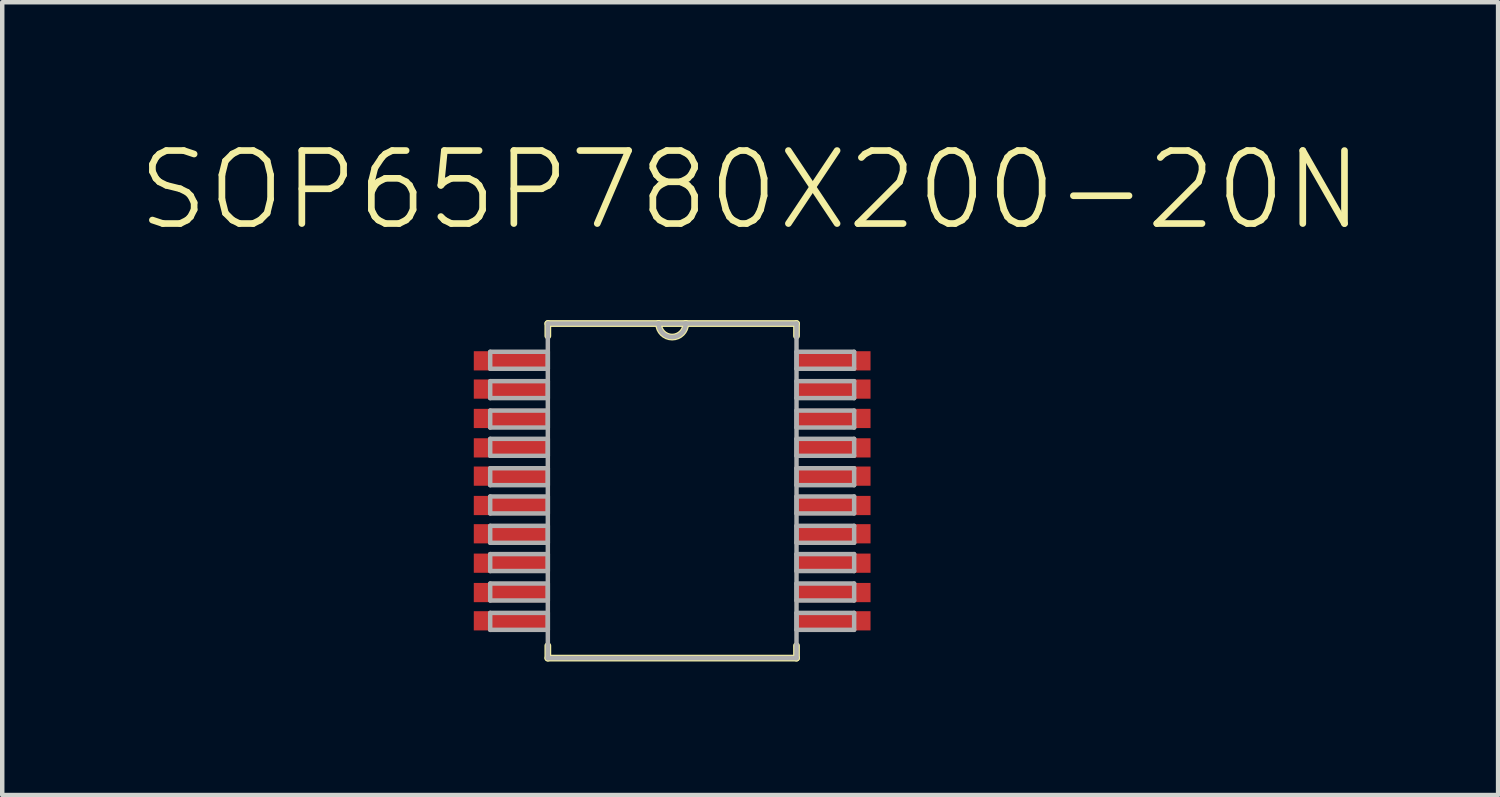
<source format=kicad_pcb>
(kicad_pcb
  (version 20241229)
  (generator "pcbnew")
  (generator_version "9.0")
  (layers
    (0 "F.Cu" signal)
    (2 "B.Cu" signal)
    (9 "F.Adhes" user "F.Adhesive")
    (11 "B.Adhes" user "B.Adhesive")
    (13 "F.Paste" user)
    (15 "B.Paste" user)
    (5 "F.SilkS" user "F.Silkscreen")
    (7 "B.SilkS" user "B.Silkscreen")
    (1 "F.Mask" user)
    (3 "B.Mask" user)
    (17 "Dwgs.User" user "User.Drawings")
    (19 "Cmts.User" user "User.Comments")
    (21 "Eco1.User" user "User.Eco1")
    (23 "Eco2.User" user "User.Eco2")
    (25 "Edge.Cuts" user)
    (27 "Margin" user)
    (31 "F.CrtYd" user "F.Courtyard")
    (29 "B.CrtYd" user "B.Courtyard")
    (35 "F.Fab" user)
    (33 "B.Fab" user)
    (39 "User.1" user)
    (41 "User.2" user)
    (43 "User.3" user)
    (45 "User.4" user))
  (footprint "SOP65P780X200-20N"
    (layer "F.Cu")
    (at 12.054 7.979)
    (property "Reference" "SOP65P780X200-20N" (at 1.753 -6.757 0) (layer "F.SilkS") (effects (font (size 1.64 1.64) (thickness 0.15))))
    (attr through_hole)
    (fp_line (start -2.794 -3.759) (end -2.794 -3.48) (stroke (width 0.152) (type solid)) (layer "F.SilkS"))
    (fp_line (start -2.794 3.48) (end -2.794 3.759) (stroke (width 0.152) (type solid)) (layer "F.SilkS"))
    (fp_line (start -2.794 3.759) (end 2.794 3.759) (stroke (width 0.152) (type solid)) (layer "F.SilkS"))
    (fp_line (start -0.305 -3.759) (end -2.794 -3.759) (stroke (width 0.152) (type solid)) (layer "F.SilkS"))
    (fp_line (start 0.305 -3.759) (end -0.305 -3.759) (stroke (width 0.152) (type solid)) (layer "F.SilkS"))
    (fp_line (start 2.794 -3.759) (end 0.305 -3.759) (stroke (width 0.152) (type solid)) (layer "F.SilkS"))
    (fp_line (start 2.794 -3.48) (end 2.794 -3.759) (stroke (width 0.152) (type solid)) (layer "F.SilkS"))
    (fp_line (start 2.794 3.759) (end 2.794 3.48) (stroke (width 0.152) (type solid)) (layer "F.SilkS"))
    (fp_arc (start 0.3048 -3.7592) (mid 0 -3.4544) (end -0.3048 -3.7592) (stroke (width 0.1524) (type solid)) (layer "F.SilkS"))
    (fp_line (start -4.089 -3.124) (end -4.089 -2.743) (stroke (width 0.1) (type solid)) (layer "F.Fab"))
    (fp_line (start -4.089 -2.743) (end -2.794 -2.743) (stroke (width 0.1) (type solid)) (layer "F.Fab"))
    (fp_line (start -4.089 -2.464) (end -4.089 -2.083) (stroke (width 0.1) (type solid)) (layer "F.Fab"))
    (fp_line (start -4.089 -2.083) (end -2.794 -2.083) (stroke (width 0.1) (type solid)) (layer "F.Fab"))
    (fp_line (start -4.089 -1.803) (end -4.089 -1.422) (stroke (width 0.1) (type solid)) (layer "F.Fab"))
    (fp_line (start -4.089 -1.422) (end -2.794 -1.422) (stroke (width 0.1) (type solid)) (layer "F.Fab"))
    (fp_line (start -4.089 -1.168) (end -4.089 -0.787) (stroke (width 0.1) (type solid)) (layer "F.Fab"))
    (fp_line (start -4.089 -0.787) (end -2.794 -0.787) (stroke (width 0.1) (type solid)) (layer "F.Fab"))
    (fp_line (start -4.089 -0.508) (end -4.089 -0.127) (stroke (width 0.1) (type solid)) (layer "F.Fab"))
    (fp_line (start -4.089 -0.127) (end -2.794 -0.127) (stroke (width 0.1) (type solid)) (layer "F.Fab"))
    (fp_line (start -4.089 0.127) (end -4.089 0.508) (stroke (width 0.1) (type solid)) (layer "F.Fab"))
    (fp_line (start -4.089 0.508) (end -2.794 0.508) (stroke (width 0.1) (type solid)) (layer "F.Fab"))
    (fp_line (start -4.089 0.787) (end -4.089 1.168) (stroke (width 0.1) (type solid)) (layer "F.Fab"))
    (fp_line (start -4.089 1.168) (end -2.794 1.168) (stroke (width 0.1) (type solid)) (layer "F.Fab"))
    (fp_line (start -4.089 1.422) (end -4.089 1.803) (stroke (width 0.1) (type solid)) (layer "F.Fab"))
    (fp_line (start -4.089 1.803) (end -2.794 1.803) (stroke (width 0.1) (type solid)) (layer "F.Fab"))
    (fp_line (start -4.089 2.083) (end -4.089 2.464) (stroke (width 0.1) (type solid)) (layer "F.Fab"))
    (fp_line (start -4.089 2.464) (end -2.794 2.464) (stroke (width 0.1) (type solid)) (layer "F.Fab"))
    (fp_line (start -4.089 2.743) (end -4.089 3.124) (stroke (width 0.1) (type solid)) (layer "F.Fab"))
    (fp_line (start -4.089 3.124) (end -2.794 3.124) (stroke (width 0.1) (type solid)) (layer "F.Fab"))
    (fp_line (start -2.794 -3.759) (end -2.794 3.759) (stroke (width 0.1) (type solid)) (layer "F.Fab"))
    (fp_line (start -2.794 -3.124) (end -4.089 -3.124) (stroke (width 0.1) (type solid)) (layer "F.Fab"))
    (fp_line (start -2.794 -2.743) (end -2.794 -3.124) (stroke (width 0.1) (type solid)) (layer "F.Fab"))
    (fp_line (start -2.794 -2.464) (end -4.089 -2.464) (stroke (width 0.1) (type solid)) (layer "F.Fab"))
    (fp_line (start -2.794 -2.083) (end -2.794 -2.464) (stroke (width 0.1) (type solid)) (layer "F.Fab"))
    (fp_line (start -2.794 -1.803) (end -4.089 -1.803) (stroke (width 0.1) (type solid)) (layer "F.Fab"))
    (fp_line (start -2.794 -1.422) (end -2.794 -1.803) (stroke (width 0.1) (type solid)) (layer "F.Fab"))
    (fp_line (start -2.794 -1.168) (end -4.089 -1.168) (stroke (width 0.1) (type solid)) (layer "F.Fab"))
    (fp_line (start -2.794 -0.787) (end -2.794 -1.168) (stroke (width 0.1) (type solid)) (layer "F.Fab"))
    (fp_line (start -2.794 -0.508) (end -4.089 -0.508) (stroke (width 0.1) (type solid)) (layer "F.Fab"))
    (fp_line (start -2.794 -0.127) (end -2.794 -0.508) (stroke (width 0.1) (type solid)) (layer "F.Fab"))
    (fp_line (start -2.794 0.127) (end -4.089 0.127) (stroke (width 0.1) (type solid)) (layer "F.Fab"))
    (fp_line (start -2.794 0.508) (end -2.794 0.127) (stroke (width 0.1) (type solid)) (layer "F.Fab"))
    (fp_line (start -2.794 0.787) (end -4.089 0.787) (stroke (width 0.1) (type solid)) (layer "F.Fab"))
    (fp_line (start -2.794 1.168) (end -2.794 0.787) (stroke (width 0.1) (type solid)) (layer "F.Fab"))
    (fp_line (start -2.794 1.422) (end -4.089 1.422) (stroke (width 0.1) (type solid)) (layer "F.Fab"))
    (fp_line (start -2.794 1.803) (end -2.794 1.422) (stroke (width 0.1) (type solid)) (layer "F.Fab"))
    (fp_line (start -2.794 2.083) (end -4.089 2.083) (stroke (width 0.1) (type solid)) (layer "F.Fab"))
    (fp_line (start -2.794 2.464) (end -2.794 2.083) (stroke (width 0.1) (type solid)) (layer "F.Fab"))
    (fp_line (start -2.794 2.743) (end -4.089 2.743) (stroke (width 0.1) (type solid)) (layer "F.Fab"))
    (fp_line (start -2.794 3.124) (end -2.794 2.743) (stroke (width 0.1) (type solid)) (layer "F.Fab"))
    (fp_line (start -2.794 3.759) (end 2.794 3.759) (stroke (width 0.1) (type solid)) (layer "F.Fab"))
    (fp_line (start -0.305 -3.759) (end -2.794 -3.759) (stroke (width 0.1) (type solid)) (layer "F.Fab"))
    (fp_line (start 0.305 -3.759) (end -0.305 -3.759) (stroke (width 0.1) (type solid)) (layer "F.Fab"))
    (fp_line (start 2.794 -3.759) (end 0.305 -3.759) (stroke (width 0.1) (type solid)) (layer "F.Fab"))
    (fp_line (start 2.794 -3.124) (end 2.794 -2.743) (stroke (width 0.1) (type solid)) (layer "F.Fab"))
    (fp_line (start 2.794 -2.743) (end 4.089 -2.743) (stroke (width 0.1) (type solid)) (layer "F.Fab"))
    (fp_line (start 2.794 -2.464) (end 2.794 -2.083) (stroke (width 0.1) (type solid)) (layer "F.Fab"))
    (fp_line (start 2.794 -2.083) (end 4.089 -2.083) (stroke (width 0.1) (type solid)) (layer "F.Fab"))
    (fp_line (start 2.794 -1.803) (end 2.794 -1.422) (stroke (width 0.1) (type solid)) (layer "F.Fab"))
    (fp_line (start 2.794 -1.422) (end 4.089 -1.422) (stroke (width 0.1) (type solid)) (layer "F.Fab"))
    (fp_line (start 2.794 -1.168) (end 2.794 -0.787) (stroke (width 0.1) (type solid)) (layer "F.Fab"))
    (fp_line (start 2.794 -0.787) (end 4.089 -0.787) (stroke (width 0.1) (type solid)) (layer "F.Fab"))
    (fp_line (start 2.794 -0.508) (end 2.794 -0.127) (stroke (width 0.1) (type solid)) (layer "F.Fab"))
    (fp_line (start 2.794 -0.127) (end 4.089 -0.127) (stroke (width 0.1) (type solid)) (layer "F.Fab"))
    (fp_line (start 2.794 0.127) (end 2.794 0.508) (stroke (width 0.1) (type solid)) (layer "F.Fab"))
    (fp_line (start 2.794 0.508) (end 4.089 0.508) (stroke (width 0.1) (type solid)) (layer "F.Fab"))
    (fp_line (start 2.794 0.787) (end 2.794 1.168) (stroke (width 0.1) (type solid)) (layer "F.Fab"))
    (fp_line (start 2.794 1.168) (end 4.089 1.168) (stroke (width 0.1) (type solid)) (layer "F.Fab"))
    (fp_line (start 2.794 1.422) (end 2.794 1.803) (stroke (width 0.1) (type solid)) (layer "F.Fab"))
    (fp_line (start 2.794 1.803) (end 4.089 1.803) (stroke (width 0.1) (type solid)) (layer "F.Fab"))
    (fp_line (start 2.794 2.083) (end 2.794 2.464) (stroke (width 0.1) (type solid)) (layer "F.Fab"))
    (fp_line (start 2.794 2.464) (end 4.089 2.464) (stroke (width 0.1) (type solid)) (layer "F.Fab"))
    (fp_line (start 2.794 2.743) (end 2.794 3.124) (stroke (width 0.1) (type solid)) (layer "F.Fab"))
    (fp_line (start 2.794 3.124) (end 4.089 3.124) (stroke (width 0.1) (type solid)) (layer "F.Fab"))
    (fp_line (start 2.794 3.759) (end 2.794 -3.759) (stroke (width 0.1) (type solid)) (layer "F.Fab"))
    (fp_line (start 4.089 -3.124) (end 2.794 -3.124) (stroke (width 0.1) (type solid)) (layer "F.Fab"))
    (fp_line (start 4.089 -2.743) (end 4.089 -3.124) (stroke (width 0.1) (type solid)) (layer "F.Fab"))
    (fp_line (start 4.089 -2.464) (end 2.794 -2.464) (stroke (width 0.1) (type solid)) (layer "F.Fab"))
    (fp_line (start 4.089 -2.083) (end 4.089 -2.464) (stroke (width 0.1) (type solid)) (layer "F.Fab"))
    (fp_line (start 4.089 -1.803) (end 2.794 -1.803) (stroke (width 0.1) (type solid)) (layer "F.Fab"))
    (fp_line (start 4.089 -1.422) (end 4.089 -1.803) (stroke (width 0.1) (type solid)) (layer "F.Fab"))
    (fp_line (start 4.089 -1.168) (end 2.794 -1.168) (stroke (width 0.1) (type solid)) (layer "F.Fab"))
    (fp_line (start 4.089 -0.787) (end 4.089 -1.168) (stroke (width 0.1) (type solid)) (layer "F.Fab"))
    (fp_line (start 4.089 -0.508) (end 2.794 -0.508) (stroke (width 0.1) (type solid)) (layer "F.Fab"))
    (fp_line (start 4.089 -0.127) (end 4.089 -0.508) (stroke (width 0.1) (type solid)) (layer "F.Fab"))
    (fp_line (start 4.089 0.127) (end 2.794 0.127) (stroke (width 0.1) (type solid)) (layer "F.Fab"))
    (fp_line (start 4.089 0.508) (end 4.089 0.127) (stroke (width 0.1) (type solid)) (layer "F.Fab"))
    (fp_line (start 4.089 0.787) (end 2.794 0.787) (stroke (width 0.1) (type solid)) (layer "F.Fab"))
    (fp_line (start 4.089 1.168) (end 4.089 0.787) (stroke (width 0.1) (type solid)) (layer "F.Fab"))
    (fp_line (start 4.089 1.422) (end 2.794 1.422) (stroke (width 0.1) (type solid)) (layer "F.Fab"))
    (fp_line (start 4.089 1.803) (end 4.089 1.422) (stroke (width 0.1) (type solid)) (layer "F.Fab"))
    (fp_line (start 4.089 2.083) (end 2.794 2.083) (stroke (width 0.1) (type solid)) (layer "F.Fab"))
    (fp_line (start 4.089 2.464) (end 4.089 2.083) (stroke (width 0.1) (type solid)) (layer "F.Fab"))
    (fp_line (start 4.089 2.743) (end 2.794 2.743) (stroke (width 0.1) (type solid)) (layer "F.Fab"))
    (fp_line (start 4.089 3.124) (end 4.089 2.743) (stroke (width 0.1) (type solid)) (layer "F.Fab"))
    (fp_arc (start 0.3048 -3.7592) (mid 0 -3.4544) (end -0.3048 -3.7592) (stroke (width 0.1) (type solid)) (layer "F.Fab"))
    (pad "1" smd rect (at -3.632 -2.921) (size 1.651 0.432) (layers "F.Cu" "F.Mask" "F.Paste"))
    (pad "2" smd rect (at -3.632 -2.286) (size 1.651 0.432) (layers "F.Cu" "F.Mask" "F.Paste"))
    (pad "3" smd rect (at -3.632 -1.626) (size 1.651 0.432) (layers "F.Cu" "F.Mask" "F.Paste"))
    (pad "4" smd rect (at -3.632 -0.965) (size 1.651 0.432) (layers "F.Cu" "F.Mask" "F.Paste"))
    (pad "5" smd rect (at -3.632 -0.33) (size 1.651 0.432) (layers "F.Cu" "F.Mask" "F.Paste"))
    (pad "6" smd rect (at -3.632 0.33) (size 1.651 0.432) (layers "F.Cu" "F.Mask" "F.Paste"))
    (pad "7" smd rect (at -3.632 0.965) (size 1.651 0.432) (layers "F.Cu" "F.Mask" "F.Paste"))
    (pad "8" smd rect (at -3.632 1.626) (size 1.651 0.432) (layers "F.Cu" "F.Mask" "F.Paste"))
    (pad "9" smd rect (at -3.632 2.286) (size 1.651 0.432) (layers "F.Cu" "F.Mask" "F.Paste"))
    (pad "10" smd rect (at -3.632 2.921) (size 1.651 0.432) (layers "F.Cu" "F.Mask" "F.Paste"))
    (pad "11" smd rect (at 3.632 2.921) (size 1.651 0.432) (layers "F.Cu" "F.Mask" "F.Paste"))
    (pad "12" smd rect (at 3.632 2.286) (size 1.651 0.432) (layers "F.Cu" "F.Mask" "F.Paste"))
    (pad "13" smd rect (at 3.632 1.626) (size 1.651 0.432) (layers "F.Cu" "F.Mask" "F.Paste"))
    (pad "14" smd rect (at 3.632 0.965) (size 1.651 0.432) (layers "F.Cu" "F.Mask" "F.Paste"))
    (pad "15" smd rect (at 3.632 0.33) (size 1.651 0.432) (layers "F.Cu" "F.Mask" "F.Paste"))
    (pad "16" smd rect (at 3.632 -0.33) (size 1.651 0.432) (layers "F.Cu" "F.Mask" "F.Paste"))
    (pad "17" smd rect (at 3.632 -0.965) (size 1.651 0.432) (layers "F.Cu" "F.Mask" "F.Paste"))
    (pad "18" smd rect (at 3.632 -1.626) (size 1.651 0.432) (layers "F.Cu" "F.Mask" "F.Paste"))
    (pad "19" smd rect (at 3.632 -2.286) (size 1.651 0.432) (layers "F.Cu" "F.Mask" "F.Paste"))
    (pad "20" smd rect (at 3.632 -2.921) (size 1.651 0.432) (layers "F.Cu" "F.Mask" "F.Paste")))
  (gr_rect
    (start -3 -3)
    (end 30.613 14.815)
    (stroke (width 0.1) (type default))
    (fill no)
    (layer "Edge.Cuts")))
</source>
